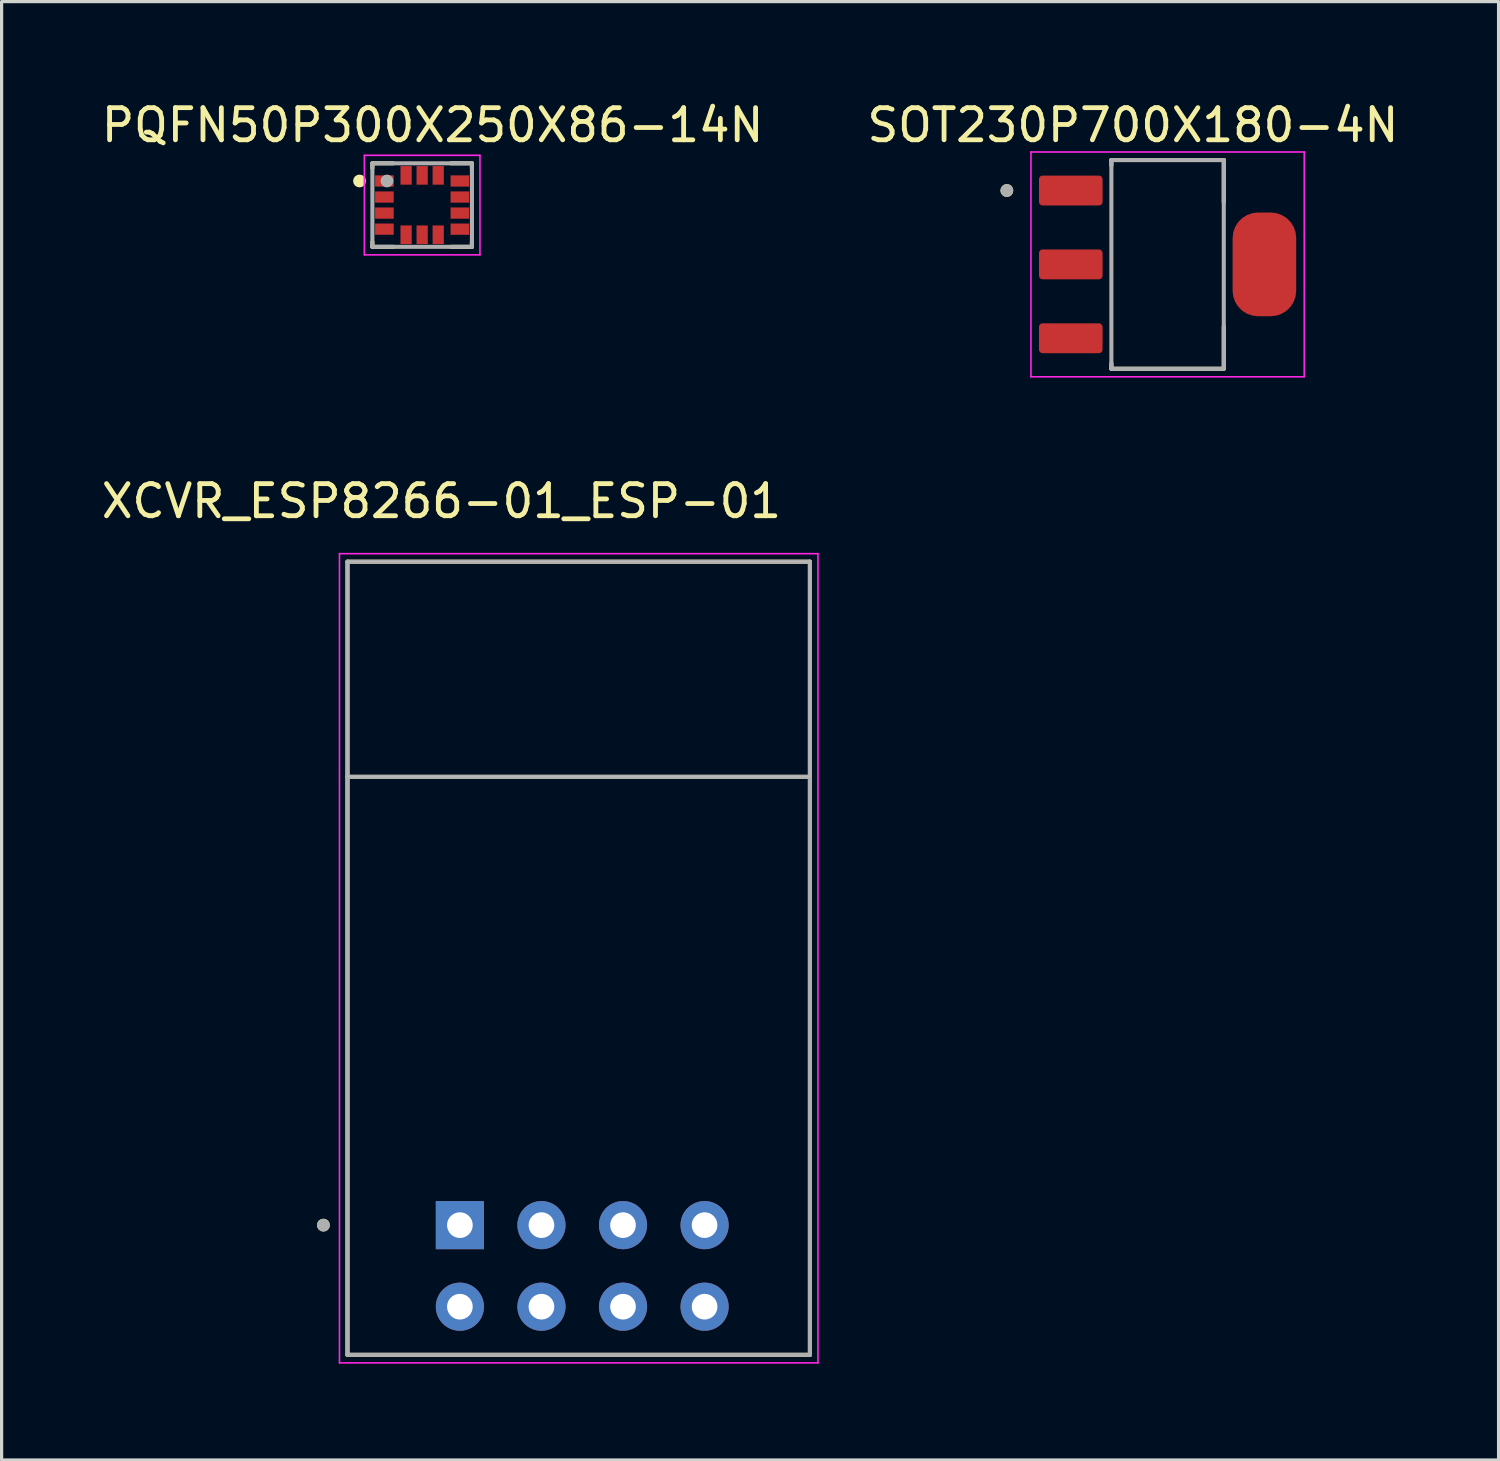
<source format=kicad_pcb>
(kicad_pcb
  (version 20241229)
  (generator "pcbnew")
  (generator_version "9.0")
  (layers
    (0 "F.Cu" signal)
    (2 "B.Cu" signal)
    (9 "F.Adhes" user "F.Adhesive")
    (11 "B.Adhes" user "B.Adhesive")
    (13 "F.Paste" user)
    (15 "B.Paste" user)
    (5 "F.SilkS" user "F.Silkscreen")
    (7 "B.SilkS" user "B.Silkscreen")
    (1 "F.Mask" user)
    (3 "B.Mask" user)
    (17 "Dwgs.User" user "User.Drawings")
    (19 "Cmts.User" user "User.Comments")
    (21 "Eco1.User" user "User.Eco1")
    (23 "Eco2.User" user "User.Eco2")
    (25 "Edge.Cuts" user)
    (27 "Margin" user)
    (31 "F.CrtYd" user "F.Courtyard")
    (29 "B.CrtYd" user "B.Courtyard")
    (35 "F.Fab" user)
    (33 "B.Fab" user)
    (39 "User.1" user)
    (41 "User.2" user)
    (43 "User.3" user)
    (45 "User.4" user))
  (footprint "XCVR_ESP8266-01_ESP-01"
    (layer "F.Cu")
    (at 15.081 26.791)
    (property "Reference" "XCVR_ESP8266-01_ESP-01" (at -4.385 -14.235 0) (layer "F.SilkS") (effects (font (size 1 1) (thickness 0.15))))
    (attr through_hole)
    (fp_line (start -7.31 -12.35) (end 7.09 -12.35) (stroke (width 0.127) (type solid)) (layer "F.SilkS"))
    (fp_line (start -7.31 -5.65) (end -7.31 -12.35) (stroke (width 0.127) (type solid)) (layer "F.SilkS"))
    (fp_line (start -7.31 12.35) (end -7.31 -5.65) (stroke (width 0.127) (type solid)) (layer "F.SilkS"))
    (fp_line (start 7.09 -12.35) (end 7.09 -5.65) (stroke (width 0.127) (type solid)) (layer "F.SilkS"))
    (fp_line (start 7.09 -5.65) (end -7.31 -5.65) (stroke (width 0.127) (type solid)) (layer "F.SilkS"))
    (fp_line (start 7.09 -5.65) (end 7.09 12.35) (stroke (width 0.127) (type solid)) (layer "F.SilkS"))
    (fp_line (start 7.09 12.35) (end -7.31 12.35) (stroke (width 0.127) (type solid)) (layer "F.SilkS"))
    (fp_circle (center -8.06 8.31) (end -7.96 8.31) (stroke (width 0.2) (type solid)) (fill no) (layer "F.SilkS"))
    (fp_poly (pts (xy -7.31 -12.35) (xy 7.09 -12.35) (xy 7.09 -5.65) (xy -7.31 -5.65)) (stroke (width 0.01) (type solid)) (fill no) (layer "Dwgs.User"))
    (fp_poly (pts (xy -7.31 -12.35) (xy 7.09 -12.35) (xy 7.09 -5.65) (xy -7.31 -5.65)) (stroke (width 0.01) (type solid)) (fill no) (layer "Dwgs.User"))
    (fp_line (start -7.56 -12.6) (end -7.56 12.6) (stroke (width 0.05) (type solid)) (layer "F.CrtYd"))
    (fp_line (start -7.56 12.6) (end 7.34 12.6) (stroke (width 0.05) (type solid)) (layer "F.CrtYd"))
    (fp_line (start 7.34 -12.6) (end -7.56 -12.6) (stroke (width 0.05) (type solid)) (layer "F.CrtYd"))
    (fp_line (start 7.34 12.6) (end 7.34 -12.6) (stroke (width 0.05) (type solid)) (layer "F.CrtYd"))
    (fp_line (start -7.31 -12.35) (end 7.09 -12.35) (stroke (width 0.127) (type solid)) (layer "F.Fab"))
    (fp_line (start -7.31 -5.65) (end -7.31 -12.35) (stroke (width 0.127) (type solid)) (layer "F.Fab"))
    (fp_line (start -7.31 12.35) (end -7.31 -5.65) (stroke (width 0.127) (type solid)) (layer "F.Fab"))
    (fp_line (start 7.09 -12.35) (end 7.09 -5.65) (stroke (width 0.127) (type solid)) (layer "F.Fab"))
    (fp_line (start 7.09 -5.65) (end -7.31 -5.65) (stroke (width 0.127) (type solid)) (layer "F.Fab"))
    (fp_line (start 7.09 -5.65) (end 7.09 12.35) (stroke (width 0.127) (type solid)) (layer "F.Fab"))
    (fp_line (start 7.09 12.35) (end -7.31 12.35) (stroke (width 0.127) (type solid)) (layer "F.Fab"))
    (fp_circle (center -8.06 8.31) (end -7.96 8.31) (stroke (width 0.2) (type solid)) (fill no) (layer "F.Fab"))
    (pad "1" thru_hole rect (at -3.81 8.31) (size 1.5 1.5) (drill 0.8) (layers "*.Cu" "*.Mask"))
    (pad "2" thru_hole circle (at -1.27 8.31) (size 1.5 1.5) (drill 0.8) (layers "*.Cu" "*.Mask"))
    (pad "3" thru_hole circle (at 1.27 8.31) (size 1.5 1.5) (drill 0.8) (layers "*.Cu" "*.Mask"))
    (pad "4" thru_hole circle (at 3.81 8.31) (size 1.5 1.5) (drill 0.8) (layers "*.Cu" "*.Mask"))
    (pad "5" thru_hole circle (at -3.81 10.85) (size 1.5 1.5) (drill 0.8) (layers "*.Cu" "*.Mask"))
    (pad "6" thru_hole circle (at -1.27 10.85) (size 1.5 1.5) (drill 0.8) (layers "*.Cu" "*.Mask"))
    (pad "7" thru_hole circle (at 1.27 10.85) (size 1.5 1.5) (drill 0.8) (layers "*.Cu" "*.Mask"))
    (pad "8" thru_hole circle (at 3.81 10.85) (size 1.5 1.5) (drill 0.8) (layers "*.Cu" "*.Mask")))
  (footprint "SOT230P700X180-4N"
    (layer "F.Cu")
    (at 33.309 5.183)
    (property "Reference" "SOT230P700X180-4N" (at -1.08 -4.335 0) (layer "F.SilkS") (effects (font (size 1 1) (thickness 0.15))))
    (attr smd)
    (fp_line (start -1.75 -3.25) (end -1.75 -3.085) (stroke (width 0.127) (type solid)) (layer "F.SilkS"))
    (fp_line (start -1.75 3.25) (end -1.75 3.085) (stroke (width 0.127) (type solid)) (layer "F.SilkS"))
    (fp_line (start -1.75 3.25) (end 1.75 3.25) (stroke (width 0.127) (type solid)) (layer "F.SilkS"))
    (fp_line (start 1.75 -3.25) (end -1.75 -3.25) (stroke (width 0.127) (type solid)) (layer "F.SilkS"))
    (fp_line (start 1.75 -1.935) (end 1.75 -3.25) (stroke (width 0.127) (type solid)) (layer "F.SilkS"))
    (fp_line (start 1.75 3.25) (end 1.75 1.935) (stroke (width 0.127) (type solid)) (layer "F.SilkS"))
    (fp_circle (center -5.005 -2.3) (end -4.905 -2.3) (stroke (width 0.2) (type solid)) (fill no) (layer "F.SilkS"))
    (fp_line (start -4.255 -3.5) (end -4.255 3.5) (stroke (width 0.05) (type solid)) (layer "F.CrtYd"))
    (fp_line (start -4.255 3.5) (end 4.255 3.5) (stroke (width 0.05) (type solid)) (layer "F.CrtYd"))
    (fp_line (start 4.255 -3.5) (end -4.255 -3.5) (stroke (width 0.05) (type solid)) (layer "F.CrtYd"))
    (fp_line (start 4.255 3.5) (end 4.255 -3.5) (stroke (width 0.05) (type solid)) (layer "F.CrtYd"))
    (fp_line (start -1.75 -3.25) (end -1.75 3.25) (stroke (width 0.127) (type solid)) (layer "F.Fab"))
    (fp_line (start -1.75 3.25) (end 1.75 3.25) (stroke (width 0.127) (type solid)) (layer "F.Fab"))
    (fp_line (start 1.75 -3.25) (end -1.75 -3.25) (stroke (width 0.127) (type solid)) (layer "F.Fab"))
    (fp_line (start 1.75 3.25) (end 1.75 -3.25) (stroke (width 0.127) (type solid)) (layer "F.Fab"))
    (fp_circle (center -5.005 -2.3) (end -4.905 -2.3) (stroke (width 0.2) (type solid)) (fill no) (layer "F.Fab"))
    (pad "1" smd roundrect (at -3.015 -2.3) (size 1.98 0.93) (layers "F.Cu" "F.Mask" "F.Paste") (roundrect_rratio 0.12))
    (pad "2" smd roundrect (at -3.015 0) (size 1.98 0.93) (layers "F.Cu" "F.Mask" "F.Paste") (roundrect_rratio 0.12))
    (pad "3" smd roundrect (at -3.015 2.3) (size 1.98 0.93) (layers "F.Cu" "F.Mask" "F.Paste") (roundrect_rratio 0.12))
    (pad "4" smd roundrect (at 3.015 0) (size 1.98 3.23) (layers "F.Cu" "F.Mask" "F.Paste") (roundrect_rratio 0.4)))
  (footprint "PQFN50P300X250X86-14N"
    (layer "F.Cu")
    (at 10.096 3.336)
    (property "Reference" "PQFN50P300X250X86-14N" (at 0.325 -2.488 0) (layer "F.SilkS") (effects (font (size 1.001 1.001) (thickness 0.15))))
    (attr smd)
    (fp_line (start -1.55 -1.3) (end -1.55 -1.15) (stroke (width 0.127) (type solid)) (layer "F.SilkS"))
    (fp_line (start -1.55 1.15) (end -1.55 1.3) (stroke (width 0.127) (type solid)) (layer "F.SilkS"))
    (fp_line (start -1.55 1.3) (end -0.9 1.3) (stroke (width 0.127) (type solid)) (layer "F.SilkS"))
    (fp_line (start -0.9 -1.3) (end -1.55 -1.3) (stroke (width 0.127) (type solid)) (layer "F.SilkS"))
    (fp_line (start 0.9 -1.3) (end 1.55 -1.3) (stroke (width 0.127) (type solid)) (layer "F.SilkS"))
    (fp_line (start 1.55 -1.3) (end 1.55 -1.15) (stroke (width 0.127) (type solid)) (layer "F.SilkS"))
    (fp_line (start 1.55 1.15) (end 1.55 1.3) (stroke (width 0.127) (type solid)) (layer "F.SilkS"))
    (fp_line (start 1.55 1.3) (end 0.9 1.3) (stroke (width 0.127) (type solid)) (layer "F.SilkS"))
    (fp_circle (center -1.95 -0.75) (end -1.85 -0.75) (stroke (width 0.2) (type solid)) (fill no) (layer "F.SilkS"))
    (fp_line (start -1.8 -1.55) (end 1.8 -1.55) (stroke (width 0.05) (type solid)) (layer "F.CrtYd"))
    (fp_line (start -1.8 1.55) (end -1.8 -1.55) (stroke (width 0.05) (type solid)) (layer "F.CrtYd"))
    (fp_line (start 1.8 -1.55) (end 1.8 1.55) (stroke (width 0.05) (type solid)) (layer "F.CrtYd"))
    (fp_line (start 1.8 1.55) (end -1.8 1.55) (stroke (width 0.05) (type solid)) (layer "F.CrtYd"))
    (fp_line (start -1.55 -1.3) (end 1.55 -1.3) (stroke (width 0.127) (type solid)) (layer "F.Fab"))
    (fp_line (start -1.55 1.3) (end -1.55 -1.3) (stroke (width 0.127) (type solid)) (layer "F.Fab"))
    (fp_line (start 1.55 -1.3) (end 1.55 1.3) (stroke (width 0.127) (type solid)) (layer "F.Fab"))
    (fp_line (start 1.55 1.3) (end -1.55 1.3) (stroke (width 0.127) (type solid)) (layer "F.Fab"))
    (fp_circle (center -1.095 -0.75) (end -0.995 -0.75) (stroke (width 0.2) (type solid)) (fill no) (layer "F.Fab"))
    (pad "1" smd rect (at -1.175 -0.75 180) (size 0.58 0.35) (layers "F.Cu" "F.Mask" "F.Paste"))
    (pad "2" smd rect (at -1.175 -0.25 180) (size 0.58 0.35) (layers "F.Cu" "F.Mask" "F.Paste"))
    (pad "3" smd rect (at -1.175 0.25 180) (size 0.58 0.35) (layers "F.Cu" "F.Mask" "F.Paste"))
    (pad "4" smd rect (at -1.175 0.75 180) (size 0.58 0.35) (layers "F.Cu" "F.Mask" "F.Paste"))
    (pad "5" smd rect (at -0.5 0.925 90) (size 0.58 0.35) (layers "F.Cu" "F.Mask" "F.Paste"))
    (pad "6" smd rect (at 0 0.925 90) (size 0.58 0.35) (layers "F.Cu" "F.Mask" "F.Paste"))
    (pad "7" smd rect (at 0.5 0.925 90) (size 0.58 0.35) (layers "F.Cu" "F.Mask" "F.Paste"))
    (pad "8" smd rect (at 1.175 0.75 180) (size 0.58 0.35) (layers "F.Cu" "F.Mask" "F.Paste"))
    (pad "9" smd rect (at 1.175 0.25 180) (size 0.58 0.35) (layers "F.Cu" "F.Mask" "F.Paste"))
    (pad "10" smd rect (at 1.175 -0.25 180) (size 0.58 0.35) (layers "F.Cu" "F.Mask" "F.Paste"))
    (pad "11" smd rect (at 1.175 -0.75 180) (size 0.58 0.35) (layers "F.Cu" "F.Mask" "F.Paste"))
    (pad "12" smd rect (at 0.5 -0.925 90) (size 0.58 0.35) (layers "F.Cu" "F.Mask" "F.Paste"))
    (pad "13" smd rect (at 0 -0.925 90) (size 0.58 0.35) (layers "F.Cu" "F.Mask" "F.Paste"))
    (pad "14" smd rect (at -0.5 -0.925 90) (size 0.58 0.35) (layers "F.Cu" "F.Mask" "F.Paste")))
  (gr_rect
    (start -3 -3)
    (end 43.616 42.416)
    (stroke (width 0.1) (type default))
    (fill no)
    (layer "Edge.Cuts")))
</source>
